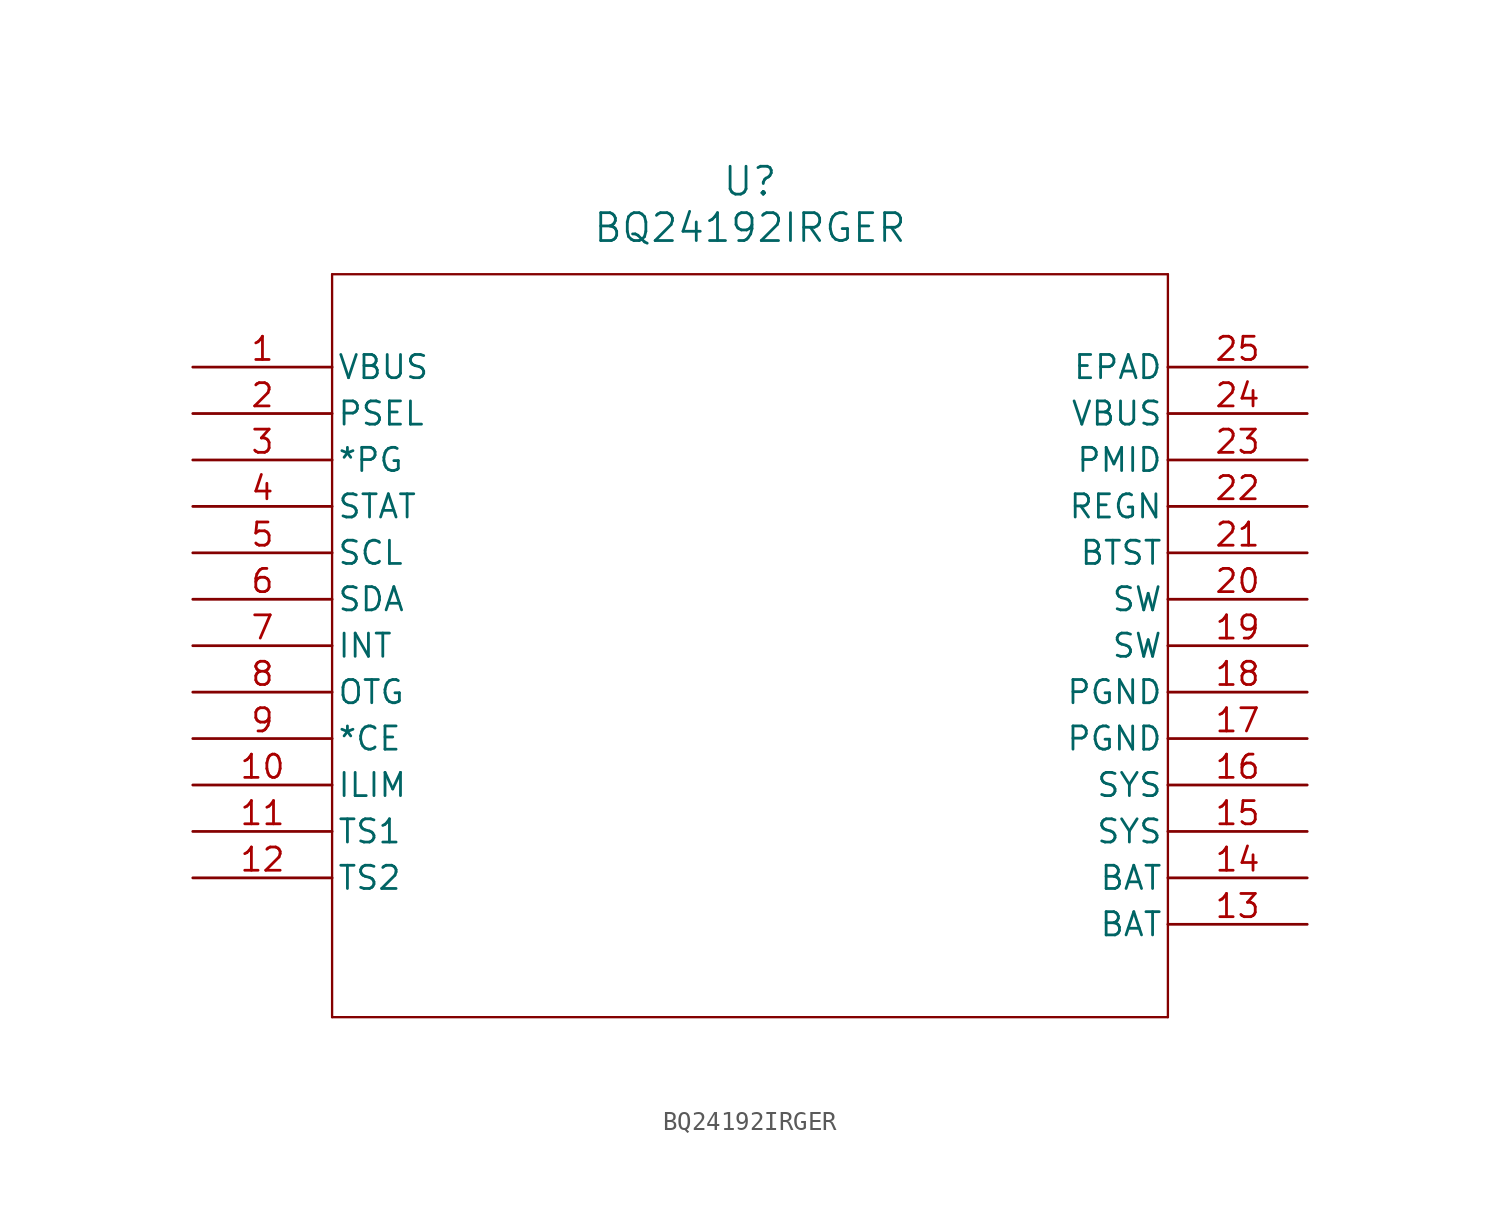
<source format=kicad_sym>
(kicad_symbol_lib
  (version 20211014)
  (generator kicad_symbol_editor)
  (symbol "BQ24192IRGER"
    (pin_names
      (offset 0.254))
    (property "Reference" "U"
      (at 30.48 10.16 0)
      (effects (font (size 1.524 1.524))))
    (property "Value" "BQ24192IRGER"
      (at 30.48 7.62 0)
      (effects (font (size 1.524 1.524))))
    (symbol "BQ24192IRGER_0_1"
      (polyline (pts (xy 7.62 5.08) (xy 7.62 -35.56)) (stroke (width 0.127) (type default) (color 0 0 0 0)) (fill (type none)))
      (polyline (pts (xy 7.62 -35.56) (xy 53.34 -35.56)) (stroke (width 0.127) (type default) (color 0 0 0 0)) (fill (type none)))
      (polyline (pts (xy 53.34 -35.56) (xy 53.34 5.08)) (stroke (width 0.127) (type default) (color 0 0 0 0)) (fill (type none)))
      (polyline (pts (xy 53.34 5.08) (xy 7.62 5.08)) (stroke (width 0.127) (type default) (color 0 0 0 0)) (fill (type none)))
      (pin power_in line (at 0 0 0) (length 7.62) (name "VBUS" (effects (font (size 1.27 1.27)))) (number "1" (effects (font (size 1.27 1.27)))))
      (pin input line (at 0 -2.54 0) (length 7.62) (name "PSEL" (effects (font (size 1.27 1.27)))) (number "2" (effects (font (size 1.27 1.27)))))
      (pin output line (at 0 -5.08 0) (length 7.62) (name "*PG" (effects (font (size 1.27 1.27)))) (number "3" (effects (font (size 1.27 1.27)))))
      (pin output line (at 0 -7.62 0) (length 7.62) (name "STAT" (effects (font (size 1.27 1.27)))) (number "4" (effects (font (size 1.27 1.27)))))
      (pin input line (at 0 -10.16 0) (length 7.62) (name "SCL" (effects (font (size 1.27 1.27)))) (number "5" (effects (font (size 1.27 1.27)))))
      (pin bidirectional line (at 0 -12.7 0) (length 7.62) (name "SDA" (effects (font (size 1.27 1.27)))) (number "6" (effects (font (size 1.27 1.27)))))
      (pin output line (at 0 -15.24 0) (length 7.62) (name "INT" (effects (font (size 1.27 1.27)))) (number "7" (effects (font (size 1.27 1.27)))))
      (pin input line (at 0 -17.78 0) (length 7.62) (name "OTG" (effects (font (size 1.27 1.27)))) (number "8" (effects (font (size 1.27 1.27)))))
      (pin input line (at 0 -20.32 0) (length 7.62) (name "*CE" (effects (font (size 1.27 1.27)))) (number "9" (effects (font (size 1.27 1.27)))))
      (pin input line (at 0 -22.86 0) (length 7.62) (name "ILIM" (effects (font (size 1.27 1.27)))) (number "10" (effects (font (size 1.27 1.27)))))
      (pin input line (at 0 -25.4 0) (length 7.62) (name "TS1" (effects (font (size 1.27 1.27)))) (number "11" (effects (font (size 1.27 1.27)))))
      (pin input line (at 0 -27.94 0) (length 7.62) (name "TS2" (effects (font (size 1.27 1.27)))) (number "12" (effects (font (size 1.27 1.27)))))
      (pin power_in line (at 60.96 -30.48 180) (length 7.62) (name "BAT" (effects (font (size 1.27 1.27)))) (number "13" (effects (font (size 1.27 1.27)))))
      (pin power_in line (at 60.96 -27.94 180) (length 7.62) (name "BAT" (effects (font (size 1.27 1.27)))) (number "14" (effects (font (size 1.27 1.27)))))
      (pin power_in line (at 60.96 -25.4 180) (length 7.62) (name "SYS" (effects (font (size 1.27 1.27)))) (number "15" (effects (font (size 1.27 1.27)))))
      (pin power_in line (at 60.96 -22.86 180) (length 7.62) (name "SYS" (effects (font (size 1.27 1.27)))) (number "16" (effects (font (size 1.27 1.27)))))
      (pin power_in line (at 60.96 -20.32 180) (length 7.62) (name "PGND" (effects (font (size 1.27 1.27)))) (number "17" (effects (font (size 1.27 1.27)))))
      (pin power_in line (at 60.96 -17.78 180) (length 7.62) (name "PGND" (effects (font (size 1.27 1.27)))) (number "18" (effects (font (size 1.27 1.27)))))
      (pin output line (at 60.96 -15.24 180) (length 7.62) (name "SW" (effects (font (size 1.27 1.27)))) (number "19" (effects (font (size 1.27 1.27)))))
      (pin output line (at 60.96 -12.7 180) (length 7.62) (name "SW" (effects (font (size 1.27 1.27)))) (number "20" (effects (font (size 1.27 1.27)))))
      (pin power_in line (at 60.96 -10.16 180) (length 7.62) (name "BTST" (effects (font (size 1.27 1.27)))) (number "21" (effects (font (size 1.27 1.27)))))
      (pin power_in line (at 60.96 -7.62 180) (length 7.62) (name "REGN" (effects (font (size 1.27 1.27)))) (number "22" (effects (font (size 1.27 1.27)))))
      (pin output line (at 60.96 -5.08 180) (length 7.62) (name "PMID" (effects (font (size 1.27 1.27)))) (number "23" (effects (font (size 1.27 1.27)))))
      (pin power_in line (at 60.96 -2.54 180) (length 7.62) (name "VBUS" (effects (font (size 1.27 1.27)))) (number "24" (effects (font (size 1.27 1.27)))))
      (pin unspecified line (at 60.96 0 180) (length 7.62) (name "EPAD" (effects (font (size 1.27 1.27)))) (number "25" (effects (font (size 1.27 1.27))))))))
</source>
